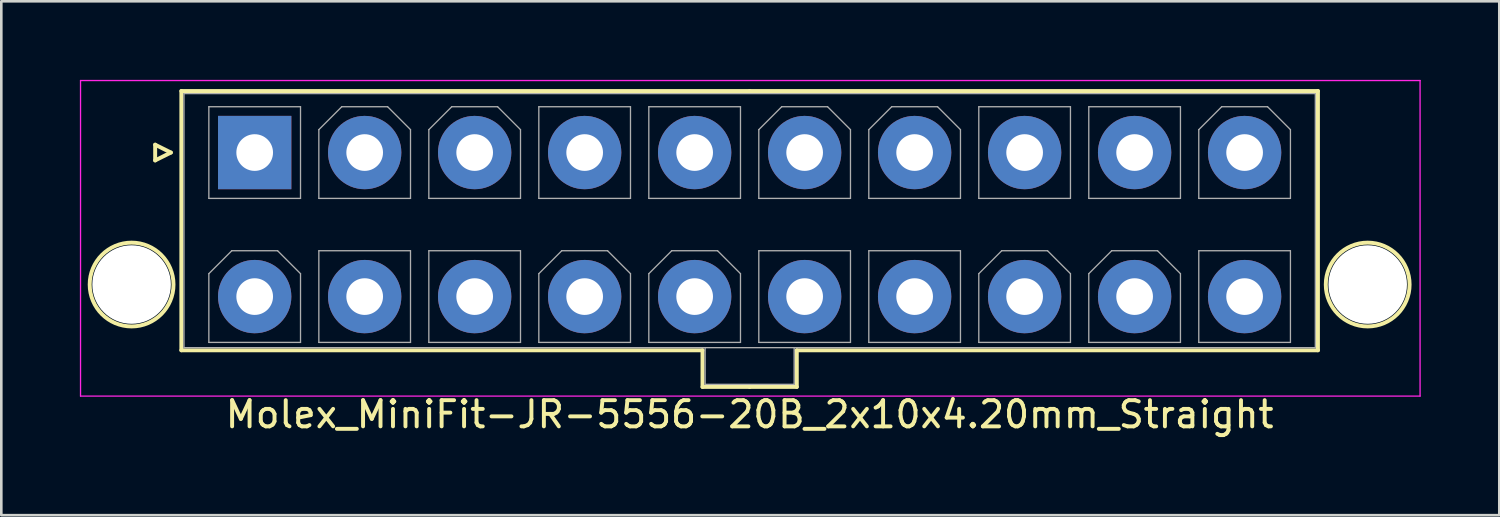
<source format=kicad_pcb>
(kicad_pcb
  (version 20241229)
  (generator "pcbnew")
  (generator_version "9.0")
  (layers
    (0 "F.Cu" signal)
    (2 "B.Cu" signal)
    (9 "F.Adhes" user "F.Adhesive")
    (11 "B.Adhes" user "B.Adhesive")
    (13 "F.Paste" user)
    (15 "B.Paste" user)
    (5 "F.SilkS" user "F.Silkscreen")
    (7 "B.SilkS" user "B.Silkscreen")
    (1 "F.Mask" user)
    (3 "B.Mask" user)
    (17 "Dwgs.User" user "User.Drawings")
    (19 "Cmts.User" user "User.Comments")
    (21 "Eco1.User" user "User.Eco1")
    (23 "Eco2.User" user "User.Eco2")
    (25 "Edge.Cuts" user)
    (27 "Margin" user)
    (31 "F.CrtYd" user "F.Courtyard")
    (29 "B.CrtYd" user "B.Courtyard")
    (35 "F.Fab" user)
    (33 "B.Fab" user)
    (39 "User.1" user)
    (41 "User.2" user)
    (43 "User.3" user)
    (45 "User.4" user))
  (footprint "Molex_MiniFit-JR-5556-20B_2x10x4.20mm_Straight"
    (layer "F.Cu")
    (at 6.675 2.775)
    (property "Reference" "Molex_MiniFit-JR-5556-20B_2x10x4.20mm_Straight" (at 18.9 10 0) (layer "F.SilkS") (effects (font (size 1 1) (thickness 0.15))))
    (attr through_hole)
    (fp_line (start -3.8 -0.3) (end -3.2 0) (stroke (width 0.15) (type solid)) (layer "F.SilkS"))
    (fp_line (start -3.8 0.3) (end -3.8 -0.3) (stroke (width 0.15) (type solid)) (layer "F.SilkS"))
    (fp_line (start -3.2 0) (end -3.8 0.3) (stroke (width 0.15) (type solid)) (layer "F.SilkS"))
    (fp_line (start -2.8 -2.35) (end -2.8 7.55) (stroke (width 0.15) (type solid)) (layer "F.SilkS"))
    (fp_line (start -2.8 7.55) (end 17.1 7.55) (stroke (width 0.15) (type solid)) (layer "F.SilkS"))
    (fp_line (start 17.1 7.55) (end 17.1 8.95) (stroke (width 0.15) (type solid)) (layer "F.SilkS"))
    (fp_line (start 17.1 8.95) (end 18.9 8.95) (stroke (width 0.15) (type solid)) (layer "F.SilkS"))
    (fp_line (start 18.9 -2.35) (end -2.8 -2.35) (stroke (width 0.15) (type solid)) (layer "F.SilkS"))
    (fp_line (start 18.9 -2.35) (end 40.6 -2.35) (stroke (width 0.15) (type solid)) (layer "F.SilkS"))
    (fp_line (start 20.7 7.55) (end 20.7 8.95) (stroke (width 0.15) (type solid)) (layer "F.SilkS"))
    (fp_line (start 20.7 8.95) (end 18.9 8.95) (stroke (width 0.15) (type solid)) (layer "F.SilkS"))
    (fp_line (start 40.6 -2.35) (end 40.6 7.55) (stroke (width 0.15) (type solid)) (layer "F.SilkS"))
    (fp_line (start 40.6 7.55) (end 20.7 7.55) (stroke (width 0.15) (type solid)) (layer "F.SilkS"))
    (fp_circle (center -4.7 5.04) (end -3.1 5.04) (stroke (width 0.15) (type solid)) (fill no) (layer "F.SilkS"))
    (fp_circle (center 42.5 5.04) (end 44.1 5.04) (stroke (width 0.15) (type solid)) (fill no) (layer "F.SilkS"))
    (fp_line (start -6.65 -2.75) (end -6.65 9.3) (stroke (width 0.05) (type solid)) (layer "F.CrtYd"))
    (fp_line (start -6.65 9.3) (end 44.5 9.3) (stroke (width 0.05) (type solid)) (layer "F.CrtYd"))
    (fp_line (start 44.5 -2.75) (end -6.65 -2.75) (stroke (width 0.05) (type solid)) (layer "F.CrtYd"))
    (fp_line (start 44.5 9.3) (end 44.5 -2.75) (stroke (width 0.05) (type solid)) (layer "F.CrtYd"))
    (fp_line (start -2.7 -2.25) (end -2.7 7.45) (stroke (width 0.05) (type solid)) (layer "F.Fab"))
    (fp_line (start -2.7 7.45) (end 40.5 7.45) (stroke (width 0.05) (type solid)) (layer "F.Fab"))
    (fp_line (start -1.75 -1.75) (end -1.75 1.75) (stroke (width 0.05) (type solid)) (layer "F.Fab"))
    (fp_line (start -1.75 1.75) (end 1.75 1.75) (stroke (width 0.05) (type solid)) (layer "F.Fab"))
    (fp_line (start -1.75 4.625) (end -0.875 3.75) (stroke (width 0.05) (type solid)) (layer "F.Fab"))
    (fp_line (start -1.75 7.25) (end -1.75 4.625) (stroke (width 0.05) (type solid)) (layer "F.Fab"))
    (fp_line (start -0.875 3.75) (end 0.875 3.75) (stroke (width 0.05) (type solid)) (layer "F.Fab"))
    (fp_line (start 0.875 3.75) (end 1.75 4.625) (stroke (width 0.05) (type solid)) (layer "F.Fab"))
    (fp_line (start 1.75 -1.75) (end -1.75 -1.75) (stroke (width 0.05) (type solid)) (layer "F.Fab"))
    (fp_line (start 1.75 1.75) (end 1.75 -1.75) (stroke (width 0.05) (type solid)) (layer "F.Fab"))
    (fp_line (start 1.75 4.625) (end 1.75 7.25) (stroke (width 0.05) (type solid)) (layer "F.Fab"))
    (fp_line (start 1.75 7.25) (end -1.75 7.25) (stroke (width 0.05) (type solid)) (layer "F.Fab"))
    (fp_line (start 2.45 -0.875) (end 3.325 -1.75) (stroke (width 0.05) (type solid)) (layer "F.Fab"))
    (fp_line (start 2.45 1.75) (end 2.45 -0.875) (stroke (width 0.05) (type solid)) (layer "F.Fab"))
    (fp_line (start 2.45 3.75) (end 2.45 7.25) (stroke (width 0.05) (type solid)) (layer "F.Fab"))
    (fp_line (start 2.45 7.25) (end 5.95 7.25) (stroke (width 0.05) (type solid)) (layer "F.Fab"))
    (fp_line (start 3.325 -1.75) (end 5.075 -1.75) (stroke (width 0.05) (type solid)) (layer "F.Fab"))
    (fp_line (start 5.075 -1.75) (end 5.95 -0.875) (stroke (width 0.05) (type solid)) (layer "F.Fab"))
    (fp_line (start 5.95 -0.875) (end 5.95 1.75) (stroke (width 0.05) (type solid)) (layer "F.Fab"))
    (fp_line (start 5.95 1.75) (end 2.45 1.75) (stroke (width 0.05) (type solid)) (layer "F.Fab"))
    (fp_line (start 5.95 3.75) (end 2.45 3.75) (stroke (width 0.05) (type solid)) (layer "F.Fab"))
    (fp_line (start 5.95 7.25) (end 5.95 3.75) (stroke (width 0.05) (type solid)) (layer "F.Fab"))
    (fp_line (start 6.65 -0.875) (end 7.525 -1.75) (stroke (width 0.05) (type solid)) (layer "F.Fab"))
    (fp_line (start 6.65 1.75) (end 6.65 -0.875) (stroke (width 0.05) (type solid)) (layer "F.Fab"))
    (fp_line (start 6.65 3.75) (end 6.65 7.25) (stroke (width 0.05) (type solid)) (layer "F.Fab"))
    (fp_line (start 6.65 7.25) (end 10.15 7.25) (stroke (width 0.05) (type solid)) (layer "F.Fab"))
    (fp_line (start 7.525 -1.75) (end 9.275 -1.75) (stroke (width 0.05) (type solid)) (layer "F.Fab"))
    (fp_line (start 9.275 -1.75) (end 10.15 -0.875) (stroke (width 0.05) (type solid)) (layer "F.Fab"))
    (fp_line (start 10.15 -0.875) (end 10.15 1.75) (stroke (width 0.05) (type solid)) (layer "F.Fab"))
    (fp_line (start 10.15 1.75) (end 6.65 1.75) (stroke (width 0.05) (type solid)) (layer "F.Fab"))
    (fp_line (start 10.15 3.75) (end 6.65 3.75) (stroke (width 0.05) (type solid)) (layer "F.Fab"))
    (fp_line (start 10.15 7.25) (end 10.15 3.75) (stroke (width 0.05) (type solid)) (layer "F.Fab"))
    (fp_line (start 10.85 -1.75) (end 10.85 1.75) (stroke (width 0.05) (type solid)) (layer "F.Fab"))
    (fp_line (start 10.85 1.75) (end 14.35 1.75) (stroke (width 0.05) (type solid)) (layer "F.Fab"))
    (fp_line (start 10.85 4.625) (end 11.725 3.75) (stroke (width 0.05) (type solid)) (layer "F.Fab"))
    (fp_line (start 10.85 7.25) (end 10.85 4.625) (stroke (width 0.05) (type solid)) (layer "F.Fab"))
    (fp_line (start 11.725 3.75) (end 13.475 3.75) (stroke (width 0.05) (type solid)) (layer "F.Fab"))
    (fp_line (start 13.475 3.75) (end 14.35 4.625) (stroke (width 0.05) (type solid)) (layer "F.Fab"))
    (fp_line (start 14.35 -1.75) (end 10.85 -1.75) (stroke (width 0.05) (type solid)) (layer "F.Fab"))
    (fp_line (start 14.35 1.75) (end 14.35 -1.75) (stroke (width 0.05) (type solid)) (layer "F.Fab"))
    (fp_line (start 14.35 4.625) (end 14.35 7.25) (stroke (width 0.05) (type solid)) (layer "F.Fab"))
    (fp_line (start 14.35 7.25) (end 10.85 7.25) (stroke (width 0.05) (type solid)) (layer "F.Fab"))
    (fp_line (start 15.05 -1.75) (end 15.05 1.75) (stroke (width 0.05) (type solid)) (layer "F.Fab"))
    (fp_line (start 15.05 1.75) (end 18.55 1.75) (stroke (width 0.05) (type solid)) (layer "F.Fab"))
    (fp_line (start 15.05 4.625) (end 15.925 3.75) (stroke (width 0.05) (type solid)) (layer "F.Fab"))
    (fp_line (start 15.05 7.25) (end 15.05 4.625) (stroke (width 0.05) (type solid)) (layer "F.Fab"))
    (fp_line (start 15.925 3.75) (end 17.675 3.75) (stroke (width 0.05) (type solid)) (layer "F.Fab"))
    (fp_line (start 17.2 7.45) (end 17.2 8.85) (stroke (width 0.05) (type solid)) (layer "F.Fab"))
    (fp_line (start 17.2 8.85) (end 20.6 8.85) (stroke (width 0.05) (type solid)) (layer "F.Fab"))
    (fp_line (start 17.675 3.75) (end 18.55 4.625) (stroke (width 0.05) (type solid)) (layer "F.Fab"))
    (fp_line (start 18.55 -1.75) (end 15.05 -1.75) (stroke (width 0.05) (type solid)) (layer "F.Fab"))
    (fp_line (start 18.55 1.75) (end 18.55 -1.75) (stroke (width 0.05) (type solid)) (layer "F.Fab"))
    (fp_line (start 18.55 4.625) (end 18.55 7.25) (stroke (width 0.05) (type solid)) (layer "F.Fab"))
    (fp_line (start 18.55 7.25) (end 15.05 7.25) (stroke (width 0.05) (type solid)) (layer "F.Fab"))
    (fp_line (start 19.25 -0.875) (end 20.125 -1.75) (stroke (width 0.05) (type solid)) (layer "F.Fab"))
    (fp_line (start 19.25 1.75) (end 19.25 -0.875) (stroke (width 0.05) (type solid)) (layer "F.Fab"))
    (fp_line (start 19.25 3.75) (end 19.25 7.25) (stroke (width 0.05) (type solid)) (layer "F.Fab"))
    (fp_line (start 19.25 7.25) (end 22.75 7.25) (stroke (width 0.05) (type solid)) (layer "F.Fab"))
    (fp_line (start 20.125 -1.75) (end 21.875 -1.75) (stroke (width 0.05) (type solid)) (layer "F.Fab"))
    (fp_line (start 20.6 8.85) (end 20.6 7.45) (stroke (width 0.05) (type solid)) (layer "F.Fab"))
    (fp_line (start 21.875 -1.75) (end 22.75 -0.875) (stroke (width 0.05) (type solid)) (layer "F.Fab"))
    (fp_line (start 22.75 -0.875) (end 22.75 1.75) (stroke (width 0.05) (type solid)) (layer "F.Fab"))
    (fp_line (start 22.75 1.75) (end 19.25 1.75) (stroke (width 0.05) (type solid)) (layer "F.Fab"))
    (fp_line (start 22.75 3.75) (end 19.25 3.75) (stroke (width 0.05) (type solid)) (layer "F.Fab"))
    (fp_line (start 22.75 7.25) (end 22.75 3.75) (stroke (width 0.05) (type solid)) (layer "F.Fab"))
    (fp_line (start 23.45 -0.875) (end 24.325 -1.75) (stroke (width 0.05) (type solid)) (layer "F.Fab"))
    (fp_line (start 23.45 1.75) (end 23.45 -0.875) (stroke (width 0.05) (type solid)) (layer "F.Fab"))
    (fp_line (start 23.45 3.75) (end 23.45 7.25) (stroke (width 0.05) (type solid)) (layer "F.Fab"))
    (fp_line (start 23.45 7.25) (end 26.95 7.25) (stroke (width 0.05) (type solid)) (layer "F.Fab"))
    (fp_line (start 24.325 -1.75) (end 26.075 -1.75) (stroke (width 0.05) (type solid)) (layer "F.Fab"))
    (fp_line (start 26.075 -1.75) (end 26.95 -0.875) (stroke (width 0.05) (type solid)) (layer "F.Fab"))
    (fp_line (start 26.95 -0.875) (end 26.95 1.75) (stroke (width 0.05) (type solid)) (layer "F.Fab"))
    (fp_line (start 26.95 1.75) (end 23.45 1.75) (stroke (width 0.05) (type solid)) (layer "F.Fab"))
    (fp_line (start 26.95 3.75) (end 23.45 3.75) (stroke (width 0.05) (type solid)) (layer "F.Fab"))
    (fp_line (start 26.95 7.25) (end 26.95 3.75) (stroke (width 0.05) (type solid)) (layer "F.Fab"))
    (fp_line (start 27.65 -1.75) (end 27.65 1.75) (stroke (width 0.05) (type solid)) (layer "F.Fab"))
    (fp_line (start 27.65 1.75) (end 31.15 1.75) (stroke (width 0.05) (type solid)) (layer "F.Fab"))
    (fp_line (start 27.65 4.625) (end 28.525 3.75) (stroke (width 0.05) (type solid)) (layer "F.Fab"))
    (fp_line (start 27.65 7.25) (end 27.65 4.625) (stroke (width 0.05) (type solid)) (layer "F.Fab"))
    (fp_line (start 28.525 3.75) (end 30.275 3.75) (stroke (width 0.05) (type solid)) (layer "F.Fab"))
    (fp_line (start 30.275 3.75) (end 31.15 4.625) (stroke (width 0.05) (type solid)) (layer "F.Fab"))
    (fp_line (start 31.15 -1.75) (end 27.65 -1.75) (stroke (width 0.05) (type solid)) (layer "F.Fab"))
    (fp_line (start 31.15 1.75) (end 31.15 -1.75) (stroke (width 0.05) (type solid)) (layer "F.Fab"))
    (fp_line (start 31.15 4.625) (end 31.15 7.25) (stroke (width 0.05) (type solid)) (layer "F.Fab"))
    (fp_line (start 31.15 7.25) (end 27.65 7.25) (stroke (width 0.05) (type solid)) (layer "F.Fab"))
    (fp_line (start 31.85 -1.75) (end 31.85 1.75) (stroke (width 0.05) (type solid)) (layer "F.Fab"))
    (fp_line (start 31.85 1.75) (end 35.35 1.75) (stroke (width 0.05) (type solid)) (layer "F.Fab"))
    (fp_line (start 31.85 4.625) (end 32.725 3.75) (stroke (width 0.05) (type solid)) (layer "F.Fab"))
    (fp_line (start 31.85 7.25) (end 31.85 4.625) (stroke (width 0.05) (type solid)) (layer "F.Fab"))
    (fp_line (start 32.725 3.75) (end 34.475 3.75) (stroke (width 0.05) (type solid)) (layer "F.Fab"))
    (fp_line (start 34.475 3.75) (end 35.35 4.625) (stroke (width 0.05) (type solid)) (layer "F.Fab"))
    (fp_line (start 35.35 -1.75) (end 31.85 -1.75) (stroke (width 0.05) (type solid)) (layer "F.Fab"))
    (fp_line (start 35.35 1.75) (end 35.35 -1.75) (stroke (width 0.05) (type solid)) (layer "F.Fab"))
    (fp_line (start 35.35 4.625) (end 35.35 7.25) (stroke (width 0.05) (type solid)) (layer "F.Fab"))
    (fp_line (start 35.35 7.25) (end 31.85 7.25) (stroke (width 0.05) (type solid)) (layer "F.Fab"))
    (fp_line (start 36.05 -0.875) (end 36.925 -1.75) (stroke (width 0.05) (type solid)) (layer "F.Fab"))
    (fp_line (start 36.05 1.75) (end 36.05 -0.875) (stroke (width 0.05) (type solid)) (layer "F.Fab"))
    (fp_line (start 36.05 3.75) (end 36.05 7.25) (stroke (width 0.05) (type solid)) (layer "F.Fab"))
    (fp_line (start 36.05 7.25) (end 39.55 7.25) (stroke (width 0.05) (type solid)) (layer "F.Fab"))
    (fp_line (start 36.925 -1.75) (end 38.675 -1.75) (stroke (width 0.05) (type solid)) (layer "F.Fab"))
    (fp_line (start 38.675 -1.75) (end 39.55 -0.875) (stroke (width 0.05) (type solid)) (layer "F.Fab"))
    (fp_line (start 39.55 -0.875) (end 39.55 1.75) (stroke (width 0.05) (type solid)) (layer "F.Fab"))
    (fp_line (start 39.55 1.75) (end 36.05 1.75) (stroke (width 0.05) (type solid)) (layer "F.Fab"))
    (fp_line (start 39.55 3.75) (end 36.05 3.75) (stroke (width 0.05) (type solid)) (layer "F.Fab"))
    (fp_line (start 39.55 7.25) (end 39.55 3.75) (stroke (width 0.05) (type solid)) (layer "F.Fab"))
    (fp_line (start 40.5 -2.25) (end -2.7 -2.25) (stroke (width 0.05) (type solid)) (layer "F.Fab"))
    (fp_line (start 40.5 7.45) (end 40.5 -2.25) (stroke (width 0.05) (type solid)) (layer "F.Fab"))
    (pad "" np_thru_hole circle (at -4.7 5.04) (size 3 3) (drill 3) (layers "*.Cu"))
    (pad "" np_thru_hole circle (at 42.5 5.04) (size 3 3) (drill 3) (layers "*.Cu"))
    (pad "1" thru_hole rect (at 0 0) (size 2.8 2.8) (drill 1.4) (layers "*.Cu" "*.Mask"))
    (pad "2" thru_hole circle (at 4.2 0) (size 2.8 2.8) (drill 1.4) (layers "*.Cu" "*.Mask"))
    (pad "3" thru_hole circle (at 8.4 0) (size 2.8 2.8) (drill 1.4) (layers "*.Cu" "*.Mask"))
    (pad "4" thru_hole circle (at 12.6 0) (size 2.8 2.8) (drill 1.4) (layers "*.Cu" "*.Mask"))
    (pad "5" thru_hole circle (at 16.8 0) (size 2.8 2.8) (drill 1.4) (layers "*.Cu" "*.Mask"))
    (pad "6" thru_hole circle (at 21 0) (size 2.8 2.8) (drill 1.4) (layers "*.Cu" "*.Mask"))
    (pad "7" thru_hole circle (at 25.2 0) (size 2.8 2.8) (drill 1.4) (layers "*.Cu" "*.Mask"))
    (pad "8" thru_hole circle (at 29.4 0) (size 2.8 2.8) (drill 1.4) (layers "*.Cu" "*.Mask"))
    (pad "9" thru_hole circle (at 33.6 0) (size 2.8 2.8) (drill 1.4) (layers "*.Cu" "*.Mask"))
    (pad "10" thru_hole circle (at 37.8 0) (size 2.8 2.8) (drill 1.4) (layers "*.Cu" "*.Mask"))
    (pad "11" thru_hole circle (at 0 5.5) (size 2.8 2.8) (drill 1.4) (layers "*.Cu" "*.Mask"))
    (pad "12" thru_hole circle (at 4.2 5.5) (size 2.8 2.8) (drill 1.4) (layers "*.Cu" "*.Mask"))
    (pad "13" thru_hole circle (at 8.4 5.5) (size 2.8 2.8) (drill 1.4) (layers "*.Cu" "*.Mask"))
    (pad "14" thru_hole circle (at 12.6 5.5) (size 2.8 2.8) (drill 1.4) (layers "*.Cu" "*.Mask"))
    (pad "15" thru_hole circle (at 16.8 5.5) (size 2.8 2.8) (drill 1.4) (layers "*.Cu" "*.Mask"))
    (pad "16" thru_hole circle (at 21 5.5) (size 2.8 2.8) (drill 1.4) (layers "*.Cu" "*.Mask"))
    (pad "17" thru_hole circle (at 25.2 5.5) (size 2.8 2.8) (drill 1.4) (layers "*.Cu" "*.Mask"))
    (pad "18" thru_hole circle (at 29.4 5.5) (size 2.8 2.8) (drill 1.4) (layers "*.Cu" "*.Mask"))
    (pad "19" thru_hole circle (at 33.6 5.5) (size 2.8 2.8) (drill 1.4) (layers "*.Cu" "*.Mask"))
    (pad "20" thru_hole circle (at 37.8 5.5) (size 2.8 2.8) (drill 1.4) (layers "*.Cu" "*.Mask")))
  (gr_rect
    (start -3 -3)
    (end 54.2 16.623)
    (stroke (width 0.1) (type default))
    (fill no)
    (layer "Edge.Cuts")))
</source>
